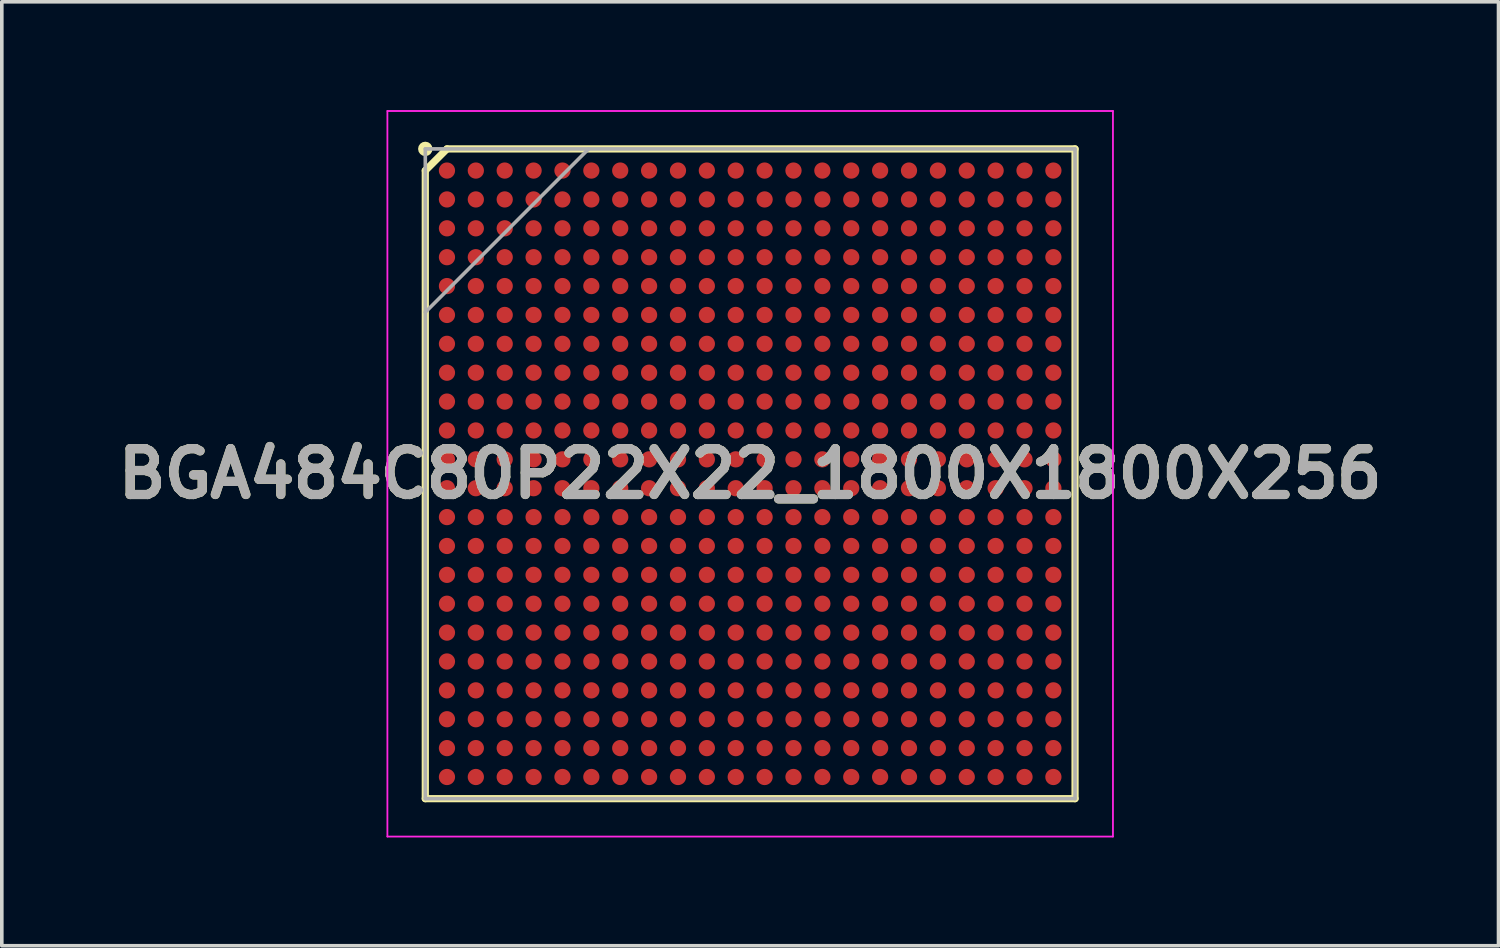
<source format=kicad_pcb>
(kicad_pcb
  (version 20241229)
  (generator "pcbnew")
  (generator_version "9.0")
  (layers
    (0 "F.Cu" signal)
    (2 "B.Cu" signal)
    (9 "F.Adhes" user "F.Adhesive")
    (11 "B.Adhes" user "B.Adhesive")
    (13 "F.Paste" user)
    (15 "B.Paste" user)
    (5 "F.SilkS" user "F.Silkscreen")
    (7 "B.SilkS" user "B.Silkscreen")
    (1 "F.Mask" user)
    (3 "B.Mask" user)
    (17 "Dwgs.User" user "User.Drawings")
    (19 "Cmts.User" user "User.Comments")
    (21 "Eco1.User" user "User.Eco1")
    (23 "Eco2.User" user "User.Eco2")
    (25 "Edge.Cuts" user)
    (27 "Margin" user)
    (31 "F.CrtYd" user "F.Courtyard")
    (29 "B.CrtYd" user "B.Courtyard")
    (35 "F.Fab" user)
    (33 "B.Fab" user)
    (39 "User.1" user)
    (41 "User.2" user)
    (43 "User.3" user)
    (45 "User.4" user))
  (footprint "BGA484C80P22X22_1800X1800X256"
    (layer "F.Cu")
    (at 17.732 10.075)
    (property "Reference" "BGA484C80P22X22_1800X1800X256" (at 0 0 0) (layer "F.SilkS") (effects (font (size 1.27 1.27) (thickness 0.254))))
    (attr smd)
    (fp_line (start -9 -8.4) (end -8.4 -9) (stroke (width 0.2) (type solid)) (layer "F.SilkS"))
    (fp_line (start -9 9) (end -9 -8.4) (stroke (width 0.2) (type solid)) (layer "F.SilkS"))
    (fp_line (start -8.4 -9) (end 9 -9) (stroke (width 0.2) (type solid)) (layer "F.SilkS"))
    (fp_line (start 9 -9) (end 9 9) (stroke (width 0.2) (type solid)) (layer "F.SilkS"))
    (fp_line (start 9 9) (end -9 9) (stroke (width 0.2) (type solid)) (layer "F.SilkS"))
    (fp_circle (center -9 -9) (end -9 -8.9) (stroke (width 0.2) (type solid)) (fill no) (layer "F.SilkS"))
    (fp_line (start -10.05 -10.05) (end 10.05 -10.05) (stroke (width 0.05) (type solid)) (layer "F.CrtYd"))
    (fp_line (start -10.05 10.05) (end -10.05 -10.05) (stroke (width 0.05) (type solid)) (layer "F.CrtYd"))
    (fp_line (start 10.05 -10.05) (end 10.05 10.05) (stroke (width 0.05) (type solid)) (layer "F.CrtYd"))
    (fp_line (start 10.05 10.05) (end -10.05 10.05) (stroke (width 0.05) (type solid)) (layer "F.CrtYd"))
    (fp_line (start -9 -9) (end 9 -9) (stroke (width 0.1) (type solid)) (layer "F.Fab"))
    (fp_line (start -9 -4.475) (end -4.475 -9) (stroke (width 0.1) (type solid)) (layer "F.Fab"))
    (fp_line (start -9 9) (end -9 -9) (stroke (width 0.1) (type solid)) (layer "F.Fab"))
    (fp_line (start 9 -9) (end 9 9) (stroke (width 0.1) (type solid)) (layer "F.Fab"))
    (fp_line (start 9 9) (end -9 9) (stroke (width 0.1) (type solid)) (layer "F.Fab"))
    (fp_text user "${REFERENCE}" (at 0 0 0) (layer "F.Fab") (effects (font (size 1.27 1.27) (thickness 0.254))))
    (pad "A1" smd circle (at -8.4 -8.4 90) (size 0.45 0.45) (layers "F.Cu" "F.Mask" "F.Paste"))
    (pad "A2" smd circle (at -7.6 -8.4 90) (size 0.45 0.45) (layers "F.Cu" "F.Mask" "F.Paste"))
    (pad "A3" smd circle (at -6.8 -8.4 90) (size 0.45 0.45) (layers "F.Cu" "F.Mask" "F.Paste"))
    (pad "A4" smd circle (at -6 -8.4 90) (size 0.45 0.45) (layers "F.Cu" "F.Mask" "F.Paste"))
    (pad "A5" smd circle (at -5.2 -8.4 90) (size 0.45 0.45) (layers "F.Cu" "F.Mask" "F.Paste"))
    (pad "A6" smd circle (at -4.4 -8.4 90) (size 0.45 0.45) (layers "F.Cu" "F.Mask" "F.Paste"))
    (pad "A7" smd circle (at -3.6 -8.4 90) (size 0.45 0.45) (layers "F.Cu" "F.Mask" "F.Paste"))
    (pad "A8" smd circle (at -2.8 -8.4 90) (size 0.45 0.45) (layers "F.Cu" "F.Mask" "F.Paste"))
    (pad "A9" smd circle (at -2 -8.4 90) (size 0.45 0.45) (layers "F.Cu" "F.Mask" "F.Paste"))
    (pad "A10" smd circle (at -1.2 -8.4 90) (size 0.45 0.45) (layers "F.Cu" "F.Mask" "F.Paste"))
    (pad "A11" smd circle (at -0.4 -8.4 90) (size 0.45 0.45) (layers "F.Cu" "F.Mask" "F.Paste"))
    (pad "A12" smd circle (at 0.4 -8.4 90) (size 0.45 0.45) (layers "F.Cu" "F.Mask" "F.Paste"))
    (pad "A13" smd circle (at 1.2 -8.4 90) (size 0.45 0.45) (layers "F.Cu" "F.Mask" "F.Paste"))
    (pad "A14" smd circle (at 2 -8.4 90) (size 0.45 0.45) (layers "F.Cu" "F.Mask" "F.Paste"))
    (pad "A15" smd circle (at 2.8 -8.4 90) (size 0.45 0.45) (layers "F.Cu" "F.Mask" "F.Paste"))
    (pad "A16" smd circle (at 3.6 -8.4 90) (size 0.45 0.45) (layers "F.Cu" "F.Mask" "F.Paste"))
    (pad "A17" smd circle (at 4.4 -8.4 90) (size 0.45 0.45) (layers "F.Cu" "F.Mask" "F.Paste"))
    (pad "A18" smd circle (at 5.2 -8.4 90) (size 0.45 0.45) (layers "F.Cu" "F.Mask" "F.Paste"))
    (pad "A19" smd circle (at 6 -8.4 90) (size 0.45 0.45) (layers "F.Cu" "F.Mask" "F.Paste"))
    (pad "A20" smd circle (at 6.8 -8.4 90) (size 0.45 0.45) (layers "F.Cu" "F.Mask" "F.Paste"))
    (pad "A21" smd circle (at 7.6 -8.4 90) (size 0.45 0.45) (layers "F.Cu" "F.Mask" "F.Paste"))
    (pad "A22" smd circle (at 8.4 -8.4 90) (size 0.45 0.45) (layers "F.Cu" "F.Mask" "F.Paste"))
    (pad "AA1" smd circle (at -8.4 7.6 90) (size 0.45 0.45) (layers "F.Cu" "F.Mask" "F.Paste"))
    (pad "AA2" smd circle (at -7.6 7.6 90) (size 0.45 0.45) (layers "F.Cu" "F.Mask" "F.Paste"))
    (pad "AA3" smd circle (at -6.8 7.6 90) (size 0.45 0.45) (layers "F.Cu" "F.Mask" "F.Paste"))
    (pad "AA4" smd circle (at -6 7.6 90) (size 0.45 0.45) (layers "F.Cu" "F.Mask" "F.Paste"))
    (pad "AA5" smd circle (at -5.2 7.6 90) (size 0.45 0.45) (layers "F.Cu" "F.Mask" "F.Paste"))
    (pad "AA6" smd circle (at -4.4 7.6 90) (size 0.45 0.45) (layers "F.Cu" "F.Mask" "F.Paste"))
    (pad "AA7" smd circle (at -3.6 7.6 90) (size 0.45 0.45) (layers "F.Cu" "F.Mask" "F.Paste"))
    (pad "AA8" smd circle (at -2.8 7.6 90) (size 0.45 0.45) (layers "F.Cu" "F.Mask" "F.Paste"))
    (pad "AA9" smd circle (at -2 7.6 90) (size 0.45 0.45) (layers "F.Cu" "F.Mask" "F.Paste"))
    (pad "AA10" smd circle (at -1.2 7.6 90) (size 0.45 0.45) (layers "F.Cu" "F.Mask" "F.Paste"))
    (pad "AA11" smd circle (at -0.4 7.6 90) (size 0.45 0.45) (layers "F.Cu" "F.Mask" "F.Paste"))
    (pad "AA12" smd circle (at 0.4 7.6 90) (size 0.45 0.45) (layers "F.Cu" "F.Mask" "F.Paste"))
    (pad "AA13" smd circle (at 1.2 7.6 90) (size 0.45 0.45) (layers "F.Cu" "F.Mask" "F.Paste"))
    (pad "AA14" smd circle (at 2 7.6 90) (size 0.45 0.45) (layers "F.Cu" "F.Mask" "F.Paste"))
    (pad "AA15" smd circle (at 2.8 7.6 90) (size 0.45 0.45) (layers "F.Cu" "F.Mask" "F.Paste"))
    (pad "AA16" smd circle (at 3.6 7.6 90) (size 0.45 0.45) (layers "F.Cu" "F.Mask" "F.Paste"))
    (pad "AA17" smd circle (at 4.4 7.6 90) (size 0.45 0.45) (layers "F.Cu" "F.Mask" "F.Paste"))
    (pad "AA18" smd circle (at 5.2 7.6 90) (size 0.45 0.45) (layers "F.Cu" "F.Mask" "F.Paste"))
    (pad "AA19" smd circle (at 6 7.6 90) (size 0.45 0.45) (layers "F.Cu" "F.Mask" "F.Paste"))
    (pad "AA20" smd circle (at 6.8 7.6 90) (size 0.45 0.45) (layers "F.Cu" "F.Mask" "F.Paste"))
    (pad "AA21" smd circle (at 7.6 7.6 90) (size 0.45 0.45) (layers "F.Cu" "F.Mask" "F.Paste"))
    (pad "AA22" smd circle (at 8.4 7.6 90) (size 0.45 0.45) (layers "F.Cu" "F.Mask" "F.Paste"))
    (pad "AB1" smd circle (at -8.4 8.4 90) (size 0.45 0.45) (layers "F.Cu" "F.Mask" "F.Paste"))
    (pad "AB2" smd circle (at -7.6 8.4 90) (size 0.45 0.45) (layers "F.Cu" "F.Mask" "F.Paste"))
    (pad "AB3" smd circle (at -6.8 8.4 90) (size 0.45 0.45) (layers "F.Cu" "F.Mask" "F.Paste"))
    (pad "AB4" smd circle (at -6 8.4 90) (size 0.45 0.45) (layers "F.Cu" "F.Mask" "F.Paste"))
    (pad "AB5" smd circle (at -5.2 8.4 90) (size 0.45 0.45) (layers "F.Cu" "F.Mask" "F.Paste"))
    (pad "AB6" smd circle (at -4.4 8.4 90) (size 0.45 0.45) (layers "F.Cu" "F.Mask" "F.Paste"))
    (pad "AB7" smd circle (at -3.6 8.4 90) (size 0.45 0.45) (layers "F.Cu" "F.Mask" "F.Paste"))
    (pad "AB8" smd circle (at -2.8 8.4 90) (size 0.45 0.45) (layers "F.Cu" "F.Mask" "F.Paste"))
    (pad "AB9" smd circle (at -2 8.4 90) (size 0.45 0.45) (layers "F.Cu" "F.Mask" "F.Paste"))
    (pad "AB10" smd circle (at -1.2 8.4 90) (size 0.45 0.45) (layers "F.Cu" "F.Mask" "F.Paste"))
    (pad "AB11" smd circle (at -0.4 8.4 90) (size 0.45 0.45) (layers "F.Cu" "F.Mask" "F.Paste"))
    (pad "AB12" smd circle (at 0.4 8.4 90) (size 0.45 0.45) (layers "F.Cu" "F.Mask" "F.Paste"))
    (pad "AB13" smd circle (at 1.2 8.4 90) (size 0.45 0.45) (layers "F.Cu" "F.Mask" "F.Paste"))
    (pad "AB14" smd circle (at 2 8.4 90) (size 0.45 0.45) (layers "F.Cu" "F.Mask" "F.Paste"))
    (pad "AB15" smd circle (at 2.8 8.4 90) (size 0.45 0.45) (layers "F.Cu" "F.Mask" "F.Paste"))
    (pad "AB16" smd circle (at 3.6 8.4 90) (size 0.45 0.45) (layers "F.Cu" "F.Mask" "F.Paste"))
    (pad "AB17" smd circle (at 4.4 8.4 90) (size 0.45 0.45) (layers "F.Cu" "F.Mask" "F.Paste"))
    (pad "AB18" smd circle (at 5.2 8.4 90) (size 0.45 0.45) (layers "F.Cu" "F.Mask" "F.Paste"))
    (pad "AB19" smd circle (at 6 8.4 90) (size 0.45 0.45) (layers "F.Cu" "F.Mask" "F.Paste"))
    (pad "AB20" smd circle (at 6.8 8.4 90) (size 0.45 0.45) (layers "F.Cu" "F.Mask" "F.Paste"))
    (pad "AB21" smd circle (at 7.6 8.4 90) (size 0.45 0.45) (layers "F.Cu" "F.Mask" "F.Paste"))
    (pad "AB22" smd circle (at 8.4 8.4 90) (size 0.45 0.45) (layers "F.Cu" "F.Mask" "F.Paste"))
    (pad "B1" smd circle (at -8.4 -7.6 90) (size 0.45 0.45) (layers "F.Cu" "F.Mask" "F.Paste"))
    (pad "B2" smd circle (at -7.6 -7.6 90) (size 0.45 0.45) (layers "F.Cu" "F.Mask" "F.Paste"))
    (pad "B3" smd circle (at -6.8 -7.6 90) (size 0.45 0.45) (layers "F.Cu" "F.Mask" "F.Paste"))
    (pad "B4" smd circle (at -6 -7.6 90) (size 0.45 0.45) (layers "F.Cu" "F.Mask" "F.Paste"))
    (pad "B5" smd circle (at -5.2 -7.6 90) (size 0.45 0.45) (layers "F.Cu" "F.Mask" "F.Paste"))
    (pad "B6" smd circle (at -4.4 -7.6 90) (size 0.45 0.45) (layers "F.Cu" "F.Mask" "F.Paste"))
    (pad "B7" smd circle (at -3.6 -7.6 90) (size 0.45 0.45) (layers "F.Cu" "F.Mask" "F.Paste"))
    (pad "B8" smd circle (at -2.8 -7.6 90) (size 0.45 0.45) (layers "F.Cu" "F.Mask" "F.Paste"))
    (pad "B9" smd circle (at -2 -7.6 90) (size 0.45 0.45) (layers "F.Cu" "F.Mask" "F.Paste"))
    (pad "B10" smd circle (at -1.2 -7.6 90) (size 0.45 0.45) (layers "F.Cu" "F.Mask" "F.Paste"))
    (pad "B11" smd circle (at -0.4 -7.6 90) (size 0.45 0.45) (layers "F.Cu" "F.Mask" "F.Paste"))
    (pad "B12" smd circle (at 0.4 -7.6 90) (size 0.45 0.45) (layers "F.Cu" "F.Mask" "F.Paste"))
    (pad "B13" smd circle (at 1.2 -7.6 90) (size 0.45 0.45) (layers "F.Cu" "F.Mask" "F.Paste"))
    (pad "B14" smd circle (at 2 -7.6 90) (size 0.45 0.45) (layers "F.Cu" "F.Mask" "F.Paste"))
    (pad "B15" smd circle (at 2.8 -7.6 90) (size 0.45 0.45) (layers "F.Cu" "F.Mask" "F.Paste"))
    (pad "B16" smd circle (at 3.6 -7.6 90) (size 0.45 0.45) (layers "F.Cu" "F.Mask" "F.Paste"))
    (pad "B17" smd circle (at 4.4 -7.6 90) (size 0.45 0.45) (layers "F.Cu" "F.Mask" "F.Paste"))
    (pad "B18" smd circle (at 5.2 -7.6 90) (size 0.45 0.45) (layers "F.Cu" "F.Mask" "F.Paste"))
    (pad "B19" smd circle (at 6 -7.6 90) (size 0.45 0.45) (layers "F.Cu" "F.Mask" "F.Paste"))
    (pad "B20" smd circle (at 6.8 -7.6 90) (size 0.45 0.45) (layers "F.Cu" "F.Mask" "F.Paste"))
    (pad "B21" smd circle (at 7.6 -7.6 90) (size 0.45 0.45) (layers "F.Cu" "F.Mask" "F.Paste"))
    (pad "B22" smd circle (at 8.4 -7.6 90) (size 0.45 0.45) (layers "F.Cu" "F.Mask" "F.Paste"))
    (pad "C1" smd circle (at -8.4 -6.8 90) (size 0.45 0.45) (layers "F.Cu" "F.Mask" "F.Paste"))
    (pad "C2" smd circle (at -7.6 -6.8 90) (size 0.45 0.45) (layers "F.Cu" "F.Mask" "F.Paste"))
    (pad "C3" smd circle (at -6.8 -6.8 90) (size 0.45 0.45) (layers "F.Cu" "F.Mask" "F.Paste"))
    (pad "C4" smd circle (at -6 -6.8 90) (size 0.45 0.45) (layers "F.Cu" "F.Mask" "F.Paste"))
    (pad "C5" smd circle (at -5.2 -6.8 90) (size 0.45 0.45) (layers "F.Cu" "F.Mask" "F.Paste"))
    (pad "C6" smd circle (at -4.4 -6.8 90) (size 0.45 0.45) (layers "F.Cu" "F.Mask" "F.Paste"))
    (pad "C7" smd circle (at -3.6 -6.8 90) (size 0.45 0.45) (layers "F.Cu" "F.Mask" "F.Paste"))
    (pad "C8" smd circle (at -2.8 -6.8 90) (size 0.45 0.45) (layers "F.Cu" "F.Mask" "F.Paste"))
    (pad "C9" smd circle (at -2 -6.8 90) (size 0.45 0.45) (layers "F.Cu" "F.Mask" "F.Paste"))
    (pad "C10" smd circle (at -1.2 -6.8 90) (size 0.45 0.45) (layers "F.Cu" "F.Mask" "F.Paste"))
    (pad "C11" smd circle (at -0.4 -6.8 90) (size 0.45 0.45) (layers "F.Cu" "F.Mask" "F.Paste"))
    (pad "C12" smd circle (at 0.4 -6.8 90) (size 0.45 0.45) (layers "F.Cu" "F.Mask" "F.Paste"))
    (pad "C13" smd circle (at 1.2 -6.8 90) (size 0.45 0.45) (layers "F.Cu" "F.Mask" "F.Paste"))
    (pad "C14" smd circle (at 2 -6.8 90) (size 0.45 0.45) (layers "F.Cu" "F.Mask" "F.Paste"))
    (pad "C15" smd circle (at 2.8 -6.8 90) (size 0.45 0.45) (layers "F.Cu" "F.Mask" "F.Paste"))
    (pad "C16" smd circle (at 3.6 -6.8 90) (size 0.45 0.45) (layers "F.Cu" "F.Mask" "F.Paste"))
    (pad "C17" smd circle (at 4.4 -6.8 90) (size 0.45 0.45) (layers "F.Cu" "F.Mask" "F.Paste"))
    (pad "C18" smd circle (at 5.2 -6.8 90) (size 0.45 0.45) (layers "F.Cu" "F.Mask" "F.Paste"))
    (pad "C19" smd circle (at 6 -6.8 90) (size 0.45 0.45) (layers "F.Cu" "F.Mask" "F.Paste"))
    (pad "C20" smd circle (at 6.8 -6.8 90) (size 0.45 0.45) (layers "F.Cu" "F.Mask" "F.Paste"))
    (pad "C21" smd circle (at 7.6 -6.8 90) (size 0.45 0.45) (layers "F.Cu" "F.Mask" "F.Paste"))
    (pad "C22" smd circle (at 8.4 -6.8 90) (size 0.45 0.45) (layers "F.Cu" "F.Mask" "F.Paste"))
    (pad "D1" smd circle (at -8.4 -6 90) (size 0.45 0.45) (layers "F.Cu" "F.Mask" "F.Paste"))
    (pad "D2" smd circle (at -7.6 -6 90) (size 0.45 0.45) (layers "F.Cu" "F.Mask" "F.Paste"))
    (pad "D3" smd circle (at -6.8 -6 90) (size 0.45 0.45) (layers "F.Cu" "F.Mask" "F.Paste"))
    (pad "D4" smd circle (at -6 -6 90) (size 0.45 0.45) (layers "F.Cu" "F.Mask" "F.Paste"))
    (pad "D5" smd circle (at -5.2 -6 90) (size 0.45 0.45) (layers "F.Cu" "F.Mask" "F.Paste"))
    (pad "D6" smd circle (at -4.4 -6 90) (size 0.45 0.45) (layers "F.Cu" "F.Mask" "F.Paste"))
    (pad "D7" smd circle (at -3.6 -6 90) (size 0.45 0.45) (layers "F.Cu" "F.Mask" "F.Paste"))
    (pad "D8" smd circle (at -2.8 -6 90) (size 0.45 0.45) (layers "F.Cu" "F.Mask" "F.Paste"))
    (pad "D9" smd circle (at -2 -6 90) (size 0.45 0.45) (layers "F.Cu" "F.Mask" "F.Paste"))
    (pad "D10" smd circle (at -1.2 -6 90) (size 0.45 0.45) (layers "F.Cu" "F.Mask" "F.Paste"))
    (pad "D11" smd circle (at -0.4 -6 90) (size 0.45 0.45) (layers "F.Cu" "F.Mask" "F.Paste"))
    (pad "D12" smd circle (at 0.4 -6 90) (size 0.45 0.45) (layers "F.Cu" "F.Mask" "F.Paste"))
    (pad "D13" smd circle (at 1.2 -6 90) (size 0.45 0.45) (layers "F.Cu" "F.Mask" "F.Paste"))
    (pad "D14" smd circle (at 2 -6 90) (size 0.45 0.45) (layers "F.Cu" "F.Mask" "F.Paste"))
    (pad "D15" smd circle (at 2.8 -6 90) (size 0.45 0.45) (layers "F.Cu" "F.Mask" "F.Paste"))
    (pad "D16" smd circle (at 3.6 -6 90) (size 0.45 0.45) (layers "F.Cu" "F.Mask" "F.Paste"))
    (pad "D17" smd circle (at 4.4 -6 90) (size 0.45 0.45) (layers "F.Cu" "F.Mask" "F.Paste"))
    (pad "D18" smd circle (at 5.2 -6 90) (size 0.45 0.45) (layers "F.Cu" "F.Mask" "F.Paste"))
    (pad "D19" smd circle (at 6 -6 90) (size 0.45 0.45) (layers "F.Cu" "F.Mask" "F.Paste"))
    (pad "D20" smd circle (at 6.8 -6 90) (size 0.45 0.45) (layers "F.Cu" "F.Mask" "F.Paste"))
    (pad "D21" smd circle (at 7.6 -6 90) (size 0.45 0.45) (layers "F.Cu" "F.Mask" "F.Paste"))
    (pad "D22" smd circle (at 8.4 -6 90) (size 0.45 0.45) (layers "F.Cu" "F.Mask" "F.Paste"))
    (pad "E1" smd circle (at -8.4 -5.2 90) (size 0.45 0.45) (layers "F.Cu" "F.Mask" "F.Paste"))
    (pad "E2" smd circle (at -7.6 -5.2 90) (size 0.45 0.45) (layers "F.Cu" "F.Mask" "F.Paste"))
    (pad "E3" smd circle (at -6.8 -5.2 90) (size 0.45 0.45) (layers "F.Cu" "F.Mask" "F.Paste"))
    (pad "E4" smd circle (at -6 -5.2 90) (size 0.45 0.45) (layers "F.Cu" "F.Mask" "F.Paste"))
    (pad "E5" smd circle (at -5.2 -5.2 90) (size 0.45 0.45) (layers "F.Cu" "F.Mask" "F.Paste"))
    (pad "E6" smd circle (at -4.4 -5.2 90) (size 0.45 0.45) (layers "F.Cu" "F.Mask" "F.Paste"))
    (pad "E7" smd circle (at -3.6 -5.2 90) (size 0.45 0.45) (layers "F.Cu" "F.Mask" "F.Paste"))
    (pad "E8" smd circle (at -2.8 -5.2 90) (size 0.45 0.45) (layers "F.Cu" "F.Mask" "F.Paste"))
    (pad "E9" smd circle (at -2 -5.2 90) (size 0.45 0.45) (layers "F.Cu" "F.Mask" "F.Paste"))
    (pad "E10" smd circle (at -1.2 -5.2 90) (size 0.45 0.45) (layers "F.Cu" "F.Mask" "F.Paste"))
    (pad "E11" smd circle (at -0.4 -5.2 90) (size 0.45 0.45) (layers "F.Cu" "F.Mask" "F.Paste"))
    (pad "E12" smd circle (at 0.4 -5.2 90) (size 0.45 0.45) (layers "F.Cu" "F.Mask" "F.Paste"))
    (pad "E13" smd circle (at 1.2 -5.2 90) (size 0.45 0.45) (layers "F.Cu" "F.Mask" "F.Paste"))
    (pad "E14" smd circle (at 2 -5.2 90) (size 0.45 0.45) (layers "F.Cu" "F.Mask" "F.Paste"))
    (pad "E15" smd circle (at 2.8 -5.2 90) (size 0.45 0.45) (layers "F.Cu" "F.Mask" "F.Paste"))
    (pad "E16" smd circle (at 3.6 -5.2 90) (size 0.45 0.45) (layers "F.Cu" "F.Mask" "F.Paste"))
    (pad "E17" smd circle (at 4.4 -5.2 90) (size 0.45 0.45) (layers "F.Cu" "F.Mask" "F.Paste"))
    (pad "E18" smd circle (at 5.2 -5.2 90) (size 0.45 0.45) (layers "F.Cu" "F.Mask" "F.Paste"))
    (pad "E19" smd circle (at 6 -5.2 90) (size 0.45 0.45) (layers "F.Cu" "F.Mask" "F.Paste"))
    (pad "E20" smd circle (at 6.8 -5.2 90) (size 0.45 0.45) (layers "F.Cu" "F.Mask" "F.Paste"))
    (pad "E21" smd circle (at 7.6 -5.2 90) (size 0.45 0.45) (layers "F.Cu" "F.Mask" "F.Paste"))
    (pad "E22" smd circle (at 8.4 -5.2 90) (size 0.45 0.45) (layers "F.Cu" "F.Mask" "F.Paste"))
    (pad "F1" smd circle (at -8.4 -4.4 90) (size 0.45 0.45) (layers "F.Cu" "F.Mask" "F.Paste"))
    (pad "F2" smd circle (at -7.6 -4.4 90) (size 0.45 0.45) (layers "F.Cu" "F.Mask" "F.Paste"))
    (pad "F3" smd circle (at -6.8 -4.4 90) (size 0.45 0.45) (layers "F.Cu" "F.Mask" "F.Paste"))
    (pad "F4" smd circle (at -6 -4.4 90) (size 0.45 0.45) (layers "F.Cu" "F.Mask" "F.Paste"))
    (pad "F5" smd circle (at -5.2 -4.4 90) (size 0.45 0.45) (layers "F.Cu" "F.Mask" "F.Paste"))
    (pad "F6" smd circle (at -4.4 -4.4 90) (size 0.45 0.45) (layers "F.Cu" "F.Mask" "F.Paste"))
    (pad "F7" smd circle (at -3.6 -4.4 90) (size 0.45 0.45) (layers "F.Cu" "F.Mask" "F.Paste"))
    (pad "F8" smd circle (at -2.8 -4.4 90) (size 0.45 0.45) (layers "F.Cu" "F.Mask" "F.Paste"))
    (pad "F9" smd circle (at -2 -4.4 90) (size 0.45 0.45) (layers "F.Cu" "F.Mask" "F.Paste"))
    (pad "F10" smd circle (at -1.2 -4.4 90) (size 0.45 0.45) (layers "F.Cu" "F.Mask" "F.Paste"))
    (pad "F11" smd circle (at -0.4 -4.4 90) (size 0.45 0.45) (layers "F.Cu" "F.Mask" "F.Paste"))
    (pad "F12" smd circle (at 0.4 -4.4 90) (size 0.45 0.45) (layers "F.Cu" "F.Mask" "F.Paste"))
    (pad "F13" smd circle (at 1.2 -4.4 90) (size 0.45 0.45) (layers "F.Cu" "F.Mask" "F.Paste"))
    (pad "F14" smd circle (at 2 -4.4 90) (size 0.45 0.45) (layers "F.Cu" "F.Mask" "F.Paste"))
    (pad "F15" smd circle (at 2.8 -4.4 90) (size 0.45 0.45) (layers "F.Cu" "F.Mask" "F.Paste"))
    (pad "F16" smd circle (at 3.6 -4.4 90) (size 0.45 0.45) (layers "F.Cu" "F.Mask" "F.Paste"))
    (pad "F17" smd circle (at 4.4 -4.4 90) (size 0.45 0.45) (layers "F.Cu" "F.Mask" "F.Paste"))
    (pad "F18" smd circle (at 5.2 -4.4 90) (size 0.45 0.45) (layers "F.Cu" "F.Mask" "F.Paste"))
    (pad "F19" smd circle (at 6 -4.4 90) (size 0.45 0.45) (layers "F.Cu" "F.Mask" "F.Paste"))
    (pad "F20" smd circle (at 6.8 -4.4 90) (size 0.45 0.45) (layers "F.Cu" "F.Mask" "F.Paste"))
    (pad "F21" smd circle (at 7.6 -4.4 90) (size 0.45 0.45) (layers "F.Cu" "F.Mask" "F.Paste"))
    (pad "F22" smd circle (at 8.4 -4.4 90) (size 0.45 0.45) (layers "F.Cu" "F.Mask" "F.Paste"))
    (pad "G1" smd circle (at -8.4 -3.6 90) (size 0.45 0.45) (layers "F.Cu" "F.Mask" "F.Paste"))
    (pad "G2" smd circle (at -7.6 -3.6 90) (size 0.45 0.45) (layers "F.Cu" "F.Mask" "F.Paste"))
    (pad "G3" smd circle (at -6.8 -3.6 90) (size 0.45 0.45) (layers "F.Cu" "F.Mask" "F.Paste"))
    (pad "G4" smd circle (at -6 -3.6 90) (size 0.45 0.45) (layers "F.Cu" "F.Mask" "F.Paste"))
    (pad "G5" smd circle (at -5.2 -3.6 90) (size 0.45 0.45) (layers "F.Cu" "F.Mask" "F.Paste"))
    (pad "G6" smd circle (at -4.4 -3.6 90) (size 0.45 0.45) (layers "F.Cu" "F.Mask" "F.Paste"))
    (pad "G7" smd circle (at -3.6 -3.6 90) (size 0.45 0.45) (layers "F.Cu" "F.Mask" "F.Paste"))
    (pad "G8" smd circle (at -2.8 -3.6 90) (size 0.45 0.45) (layers "F.Cu" "F.Mask" "F.Paste"))
    (pad "G9" smd circle (at -2 -3.6 90) (size 0.45 0.45) (layers "F.Cu" "F.Mask" "F.Paste"))
    (pad "G10" smd circle (at -1.2 -3.6 90) (size 0.45 0.45) (layers "F.Cu" "F.Mask" "F.Paste"))
    (pad "G11" smd circle (at -0.4 -3.6 90) (size 0.45 0.45) (layers "F.Cu" "F.Mask" "F.Paste"))
    (pad "G12" smd circle (at 0.4 -3.6 90) (size 0.45 0.45) (layers "F.Cu" "F.Mask" "F.Paste"))
    (pad "G13" smd circle (at 1.2 -3.6 90) (size 0.45 0.45) (layers "F.Cu" "F.Mask" "F.Paste"))
    (pad "G14" smd circle (at 2 -3.6 90) (size 0.45 0.45) (layers "F.Cu" "F.Mask" "F.Paste"))
    (pad "G15" smd circle (at 2.8 -3.6 90) (size 0.45 0.45) (layers "F.Cu" "F.Mask" "F.Paste"))
    (pad "G16" smd circle (at 3.6 -3.6 90) (size 0.45 0.45) (layers "F.Cu" "F.Mask" "F.Paste"))
    (pad "G17" smd circle (at 4.4 -3.6 90) (size 0.45 0.45) (layers "F.Cu" "F.Mask" "F.Paste"))
    (pad "G18" smd circle (at 5.2 -3.6 90) (size 0.45 0.45) (layers "F.Cu" "F.Mask" "F.Paste"))
    (pad "G19" smd circle (at 6 -3.6 90) (size 0.45 0.45) (layers "F.Cu" "F.Mask" "F.Paste"))
    (pad "G20" smd circle (at 6.8 -3.6 90) (size 0.45 0.45) (layers "F.Cu" "F.Mask" "F.Paste"))
    (pad "G21" smd circle (at 7.6 -3.6 90) (size 0.45 0.45) (layers "F.Cu" "F.Mask" "F.Paste"))
    (pad "G22" smd circle (at 8.4 -3.6 90) (size 0.45 0.45) (layers "F.Cu" "F.Mask" "F.Paste"))
    (pad "H1" smd circle (at -8.4 -2.8 90) (size 0.45 0.45) (layers "F.Cu" "F.Mask" "F.Paste"))
    (pad "H2" smd circle (at -7.6 -2.8 90) (size 0.45 0.45) (layers "F.Cu" "F.Mask" "F.Paste"))
    (pad "H3" smd circle (at -6.8 -2.8 90) (size 0.45 0.45) (layers "F.Cu" "F.Mask" "F.Paste"))
    (pad "H4" smd circle (at -6 -2.8 90) (size 0.45 0.45) (layers "F.Cu" "F.Mask" "F.Paste"))
    (pad "H5" smd circle (at -5.2 -2.8 90) (size 0.45 0.45) (layers "F.Cu" "F.Mask" "F.Paste"))
    (pad "H6" smd circle (at -4.4 -2.8 90) (size 0.45 0.45) (layers "F.Cu" "F.Mask" "F.Paste"))
    (pad "H7" smd circle (at -3.6 -2.8 90) (size 0.45 0.45) (layers "F.Cu" "F.Mask" "F.Paste"))
    (pad "H8" smd circle (at -2.8 -2.8 90) (size 0.45 0.45) (layers "F.Cu" "F.Mask" "F.Paste"))
    (pad "H9" smd circle (at -2 -2.8 90) (size 0.45 0.45) (layers "F.Cu" "F.Mask" "F.Paste"))
    (pad "H10" smd circle (at -1.2 -2.8 90) (size 0.45 0.45) (layers "F.Cu" "F.Mask" "F.Paste"))
    (pad "H11" smd circle (at -0.4 -2.8 90) (size 0.45 0.45) (layers "F.Cu" "F.Mask" "F.Paste"))
    (pad "H12" smd circle (at 0.4 -2.8 90) (size 0.45 0.45) (layers "F.Cu" "F.Mask" "F.Paste"))
    (pad "H13" smd circle (at 1.2 -2.8 90) (size 0.45 0.45) (layers "F.Cu" "F.Mask" "F.Paste"))
    (pad "H14" smd circle (at 2 -2.8 90) (size 0.45 0.45) (layers "F.Cu" "F.Mask" "F.Paste"))
    (pad "H15" smd circle (at 2.8 -2.8 90) (size 0.45 0.45) (layers "F.Cu" "F.Mask" "F.Paste"))
    (pad "H16" smd circle (at 3.6 -2.8 90) (size 0.45 0.45) (layers "F.Cu" "F.Mask" "F.Paste"))
    (pad "H17" smd circle (at 4.4 -2.8 90) (size 0.45 0.45) (layers "F.Cu" "F.Mask" "F.Paste"))
    (pad "H18" smd circle (at 5.2 -2.8 90) (size 0.45 0.45) (layers "F.Cu" "F.Mask" "F.Paste"))
    (pad "H19" smd circle (at 6 -2.8 90) (size 0.45 0.45) (layers "F.Cu" "F.Mask" "F.Paste"))
    (pad "H20" smd circle (at 6.8 -2.8 90) (size 0.45 0.45) (layers "F.Cu" "F.Mask" "F.Paste"))
    (pad "H21" smd circle (at 7.6 -2.8 90) (size 0.45 0.45) (layers "F.Cu" "F.Mask" "F.Paste"))
    (pad "H22" smd circle (at 8.4 -2.8 90) (size 0.45 0.45) (layers "F.Cu" "F.Mask" "F.Paste"))
    (pad "J1" smd circle (at -8.4 -2 90) (size 0.45 0.45) (layers "F.Cu" "F.Mask" "F.Paste"))
    (pad "J2" smd circle (at -7.6 -2 90) (size 0.45 0.45) (layers "F.Cu" "F.Mask" "F.Paste"))
    (pad "J3" smd circle (at -6.8 -2 90) (size 0.45 0.45) (layers "F.Cu" "F.Mask" "F.Paste"))
    (pad "J4" smd circle (at -6 -2 90) (size 0.45 0.45) (layers "F.Cu" "F.Mask" "F.Paste"))
    (pad "J5" smd circle (at -5.2 -2 90) (size 0.45 0.45) (layers "F.Cu" "F.Mask" "F.Paste"))
    (pad "J6" smd circle (at -4.4 -2 90) (size 0.45 0.45) (layers "F.Cu" "F.Mask" "F.Paste"))
    (pad "J7" smd circle (at -3.6 -2 90) (size 0.45 0.45) (layers "F.Cu" "F.Mask" "F.Paste"))
    (pad "J8" smd circle (at -2.8 -2 90) (size 0.45 0.45) (layers "F.Cu" "F.Mask" "F.Paste"))
    (pad "J9" smd circle (at -2 -2 90) (size 0.45 0.45) (layers "F.Cu" "F.Mask" "F.Paste"))
    (pad "J10" smd circle (at -1.2 -2 90) (size 0.45 0.45) (layers "F.Cu" "F.Mask" "F.Paste"))
    (pad "J11" smd circle (at -0.4 -2 90) (size 0.45 0.45) (layers "F.Cu" "F.Mask" "F.Paste"))
    (pad "J12" smd circle (at 0.4 -2 90) (size 0.45 0.45) (layers "F.Cu" "F.Mask" "F.Paste"))
    (pad "J13" smd circle (at 1.2 -2 90) (size 0.45 0.45) (layers "F.Cu" "F.Mask" "F.Paste"))
    (pad "J14" smd circle (at 2 -2 90) (size 0.45 0.45) (layers "F.Cu" "F.Mask" "F.Paste"))
    (pad "J15" smd circle (at 2.8 -2 90) (size 0.45 0.45) (layers "F.Cu" "F.Mask" "F.Paste"))
    (pad "J16" smd circle (at 3.6 -2 90) (size 0.45 0.45) (layers "F.Cu" "F.Mask" "F.Paste"))
    (pad "J17" smd circle (at 4.4 -2 90) (size 0.45 0.45) (layers "F.Cu" "F.Mask" "F.Paste"))
    (pad "J18" smd circle (at 5.2 -2 90) (size 0.45 0.45) (layers "F.Cu" "F.Mask" "F.Paste"))
    (pad "J19" smd circle (at 6 -2 90) (size 0.45 0.45) (layers "F.Cu" "F.Mask" "F.Paste"))
    (pad "J20" smd circle (at 6.8 -2 90) (size 0.45 0.45) (layers "F.Cu" "F.Mask" "F.Paste"))
    (pad "J21" smd circle (at 7.6 -2 90) (size 0.45 0.45) (layers "F.Cu" "F.Mask" "F.Paste"))
    (pad "J22" smd circle (at 8.4 -2 90) (size 0.45 0.45) (layers "F.Cu" "F.Mask" "F.Paste"))
    (pad "K1" smd circle (at -8.4 -1.2 90) (size 0.45 0.45) (layers "F.Cu" "F.Mask" "F.Paste"))
    (pad "K2" smd circle (at -7.6 -1.2 90) (size 0.45 0.45) (layers "F.Cu" "F.Mask" "F.Paste"))
    (pad "K3" smd circle (at -6.8 -1.2 90) (size 0.45 0.45) (layers "F.Cu" "F.Mask" "F.Paste"))
    (pad "K4" smd circle (at -6 -1.2 90) (size 0.45 0.45) (layers "F.Cu" "F.Mask" "F.Paste"))
    (pad "K5" smd circle (at -5.2 -1.2 90) (size 0.45 0.45) (layers "F.Cu" "F.Mask" "F.Paste"))
    (pad "K6" smd circle (at -4.4 -1.2 90) (size 0.45 0.45) (layers "F.Cu" "F.Mask" "F.Paste"))
    (pad "K7" smd circle (at -3.6 -1.2 90) (size 0.45 0.45) (layers "F.Cu" "F.Mask" "F.Paste"))
    (pad "K8" smd circle (at -2.8 -1.2 90) (size 0.45 0.45) (layers "F.Cu" "F.Mask" "F.Paste"))
    (pad "K9" smd circle (at -2 -1.2 90) (size 0.45 0.45) (layers "F.Cu" "F.Mask" "F.Paste"))
    (pad "K10" smd circle (at -1.2 -1.2 90) (size 0.45 0.45) (layers "F.Cu" "F.Mask" "F.Paste"))
    (pad "K11" smd circle (at -0.4 -1.2 90) (size 0.45 0.45) (layers "F.Cu" "F.Mask" "F.Paste"))
    (pad "K12" smd circle (at 0.4 -1.2 90) (size 0.45 0.45) (layers "F.Cu" "F.Mask" "F.Paste"))
    (pad "K13" smd circle (at 1.2 -1.2 90) (size 0.45 0.45) (layers "F.Cu" "F.Mask" "F.Paste"))
    (pad "K14" smd circle (at 2 -1.2 90) (size 0.45 0.45) (layers "F.Cu" "F.Mask" "F.Paste"))
    (pad "K15" smd circle (at 2.8 -1.2 90) (size 0.45 0.45) (layers "F.Cu" "F.Mask" "F.Paste"))
    (pad "K16" smd circle (at 3.6 -1.2 90) (size 0.45 0.45) (layers "F.Cu" "F.Mask" "F.Paste"))
    (pad "K17" smd circle (at 4.4 -1.2 90) (size 0.45 0.45) (layers "F.Cu" "F.Mask" "F.Paste"))
    (pad "K18" smd circle (at 5.2 -1.2 90) (size 0.45 0.45) (layers "F.Cu" "F.Mask" "F.Paste"))
    (pad "K19" smd circle (at 6 -1.2 90) (size 0.45 0.45) (layers "F.Cu" "F.Mask" "F.Paste"))
    (pad "K20" smd circle (at 6.8 -1.2 90) (size 0.45 0.45) (layers "F.Cu" "F.Mask" "F.Paste"))
    (pad "K21" smd circle (at 7.6 -1.2 90) (size 0.45 0.45) (layers "F.Cu" "F.Mask" "F.Paste"))
    (pad "K22" smd circle (at 8.4 -1.2 90) (size 0.45 0.45) (layers "F.Cu" "F.Mask" "F.Paste"))
    (pad "L1" smd circle (at -8.4 -0.4 90) (size 0.45 0.45) (layers "F.Cu" "F.Mask" "F.Paste"))
    (pad "L2" smd circle (at -7.6 -0.4 90) (size 0.45 0.45) (layers "F.Cu" "F.Mask" "F.Paste"))
    (pad "L3" smd circle (at -6.8 -0.4 90) (size 0.45 0.45) (layers "F.Cu" "F.Mask" "F.Paste"))
    (pad "L4" smd circle (at -6 -0.4 90) (size 0.45 0.45) (layers "F.Cu" "F.Mask" "F.Paste"))
    (pad "L5" smd circle (at -5.2 -0.4 90) (size 0.45 0.45) (layers "F.Cu" "F.Mask" "F.Paste"))
    (pad "L6" smd circle (at -4.4 -0.4 90) (size 0.45 0.45) (layers "F.Cu" "F.Mask" "F.Paste"))
    (pad "L7" smd circle (at -3.6 -0.4 90) (size 0.45 0.45) (layers "F.Cu" "F.Mask" "F.Paste"))
    (pad "L8" smd circle (at -2.8 -0.4 90) (size 0.45 0.45) (layers "F.Cu" "F.Mask" "F.Paste"))
    (pad "L9" smd circle (at -2 -0.4 90) (size 0.45 0.45) (layers "F.Cu" "F.Mask" "F.Paste"))
    (pad "L10" smd circle (at -1.2 -0.4 90) (size 0.45 0.45) (layers "F.Cu" "F.Mask" "F.Paste"))
    (pad "L11" smd circle (at -0.4 -0.4 90) (size 0.45 0.45) (layers "F.Cu" "F.Mask" "F.Paste"))
    (pad "L12" smd circle (at 0.4 -0.4 90) (size 0.45 0.45) (layers "F.Cu" "F.Mask" "F.Paste"))
    (pad "L13" smd circle (at 1.2 -0.4 90) (size 0.45 0.45) (layers "F.Cu" "F.Mask" "F.Paste"))
    (pad "L14" smd circle (at 2 -0.4 90) (size 0.45 0.45) (layers "F.Cu" "F.Mask" "F.Paste"))
    (pad "L15" smd circle (at 2.8 -0.4 90) (size 0.45 0.45) (layers "F.Cu" "F.Mask" "F.Paste"))
    (pad "L16" smd circle (at 3.6 -0.4 90) (size 0.45 0.45) (layers "F.Cu" "F.Mask" "F.Paste"))
    (pad "L17" smd circle (at 4.4 -0.4 90) (size 0.45 0.45) (layers "F.Cu" "F.Mask" "F.Paste"))
    (pad "L18" smd circle (at 5.2 -0.4 90) (size 0.45 0.45) (layers "F.Cu" "F.Mask" "F.Paste"))
    (pad "L19" smd circle (at 6 -0.4 90) (size 0.45 0.45) (layers "F.Cu" "F.Mask" "F.Paste"))
    (pad "L20" smd circle (at 6.8 -0.4 90) (size 0.45 0.45) (layers "F.Cu" "F.Mask" "F.Paste"))
    (pad "L21" smd circle (at 7.6 -0.4 90) (size 0.45 0.45) (layers "F.Cu" "F.Mask" "F.Paste"))
    (pad "L22" smd circle (at 8.4 -0.4 90) (size 0.45 0.45) (layers "F.Cu" "F.Mask" "F.Paste"))
    (pad "M1" smd circle (at -8.4 0.4 90) (size 0.45 0.45) (layers "F.Cu" "F.Mask" "F.Paste"))
    (pad "M2" smd circle (at -7.6 0.4 90) (size 0.45 0.45) (layers "F.Cu" "F.Mask" "F.Paste"))
    (pad "M3" smd circle (at -6.8 0.4 90) (size 0.45 0.45) (layers "F.Cu" "F.Mask" "F.Paste"))
    (pad "M4" smd circle (at -6 0.4 90) (size 0.45 0.45) (layers "F.Cu" "F.Mask" "F.Paste"))
    (pad "M5" smd circle (at -5.2 0.4 90) (size 0.45 0.45) (layers "F.Cu" "F.Mask" "F.Paste"))
    (pad "M6" smd circle (at -4.4 0.4 90) (size 0.45 0.45) (layers "F.Cu" "F.Mask" "F.Paste"))
    (pad "M7" smd circle (at -3.6 0.4 90) (size 0.45 0.45) (layers "F.Cu" "F.Mask" "F.Paste"))
    (pad "M8" smd circle (at -2.8 0.4 90) (size 0.45 0.45) (layers "F.Cu" "F.Mask" "F.Paste"))
    (pad "M9" smd circle (at -2 0.4 90) (size 0.45 0.45) (layers "F.Cu" "F.Mask" "F.Paste"))
    (pad "M10" smd circle (at -1.2 0.4 90) (size 0.45 0.45) (layers "F.Cu" "F.Mask" "F.Paste"))
    (pad "M11" smd circle (at -0.4 0.4 90) (size 0.45 0.45) (layers "F.Cu" "F.Mask" "F.Paste"))
    (pad "M12" smd circle (at 0.4 0.4 90) (size 0.45 0.45) (layers "F.Cu" "F.Mask" "F.Paste"))
    (pad "M13" smd circle (at 1.2 0.4 90) (size 0.45 0.45) (layers "F.Cu" "F.Mask" "F.Paste"))
    (pad "M14" smd circle (at 2 0.4 90) (size 0.45 0.45) (layers "F.Cu" "F.Mask" "F.Paste"))
    (pad "M15" smd circle (at 2.8 0.4 90) (size 0.45 0.45) (layers "F.Cu" "F.Mask" "F.Paste"))
    (pad "M16" smd circle (at 3.6 0.4 90) (size 0.45 0.45) (layers "F.Cu" "F.Mask" "F.Paste"))
    (pad "M17" smd circle (at 4.4 0.4 90) (size 0.45 0.45) (layers "F.Cu" "F.Mask" "F.Paste"))
    (pad "M18" smd circle (at 5.2 0.4 90) (size 0.45 0.45) (layers "F.Cu" "F.Mask" "F.Paste"))
    (pad "M19" smd circle (at 6 0.4 90) (size 0.45 0.45) (layers "F.Cu" "F.Mask" "F.Paste"))
    (pad "M20" smd circle (at 6.8 0.4 90) (size 0.45 0.45) (layers "F.Cu" "F.Mask" "F.Paste"))
    (pad "M21" smd circle (at 7.6 0.4 90) (size 0.45 0.45) (layers "F.Cu" "F.Mask" "F.Paste"))
    (pad "M22" smd circle (at 8.4 0.4 90) (size 0.45 0.45) (layers "F.Cu" "F.Mask" "F.Paste"))
    (pad "N1" smd circle (at -8.4 1.2 90) (size 0.45 0.45) (layers "F.Cu" "F.Mask" "F.Paste"))
    (pad "N2" smd circle (at -7.6 1.2 90) (size 0.45 0.45) (layers "F.Cu" "F.Mask" "F.Paste"))
    (pad "N3" smd circle (at -6.8 1.2 90) (size 0.45 0.45) (layers "F.Cu" "F.Mask" "F.Paste"))
    (pad "N4" smd circle (at -6 1.2 90) (size 0.45 0.45) (layers "F.Cu" "F.Mask" "F.Paste"))
    (pad "N5" smd circle (at -5.2 1.2 90) (size 0.45 0.45) (layers "F.Cu" "F.Mask" "F.Paste"))
    (pad "N6" smd circle (at -4.4 1.2 90) (size 0.45 0.45) (layers "F.Cu" "F.Mask" "F.Paste"))
    (pad "N7" smd circle (at -3.6 1.2 90) (size 0.45 0.45) (layers "F.Cu" "F.Mask" "F.Paste"))
    (pad "N8" smd circle (at -2.8 1.2 90) (size 0.45 0.45) (layers "F.Cu" "F.Mask" "F.Paste"))
    (pad "N9" smd circle (at -2 1.2 90) (size 0.45 0.45) (layers "F.Cu" "F.Mask" "F.Paste"))
    (pad "N10" smd circle (at -1.2 1.2 90) (size 0.45 0.45) (layers "F.Cu" "F.Mask" "F.Paste"))
    (pad "N11" smd circle (at -0.4 1.2 90) (size 0.45 0.45) (layers "F.Cu" "F.Mask" "F.Paste"))
    (pad "N12" smd circle (at 0.4 1.2 90) (size 0.45 0.45) (layers "F.Cu" "F.Mask" "F.Paste"))
    (pad "N13" smd circle (at 1.2 1.2 90) (size 0.45 0.45) (layers "F.Cu" "F.Mask" "F.Paste"))
    (pad "N14" smd circle (at 2 1.2 90) (size 0.45 0.45) (layers "F.Cu" "F.Mask" "F.Paste"))
    (pad "N15" smd circle (at 2.8 1.2 90) (size 0.45 0.45) (layers "F.Cu" "F.Mask" "F.Paste"))
    (pad "N16" smd circle (at 3.6 1.2 90) (size 0.45 0.45) (layers "F.Cu" "F.Mask" "F.Paste"))
    (pad "N17" smd circle (at 4.4 1.2 90) (size 0.45 0.45) (layers "F.Cu" "F.Mask" "F.Paste"))
    (pad "N18" smd circle (at 5.2 1.2 90) (size 0.45 0.45) (layers "F.Cu" "F.Mask" "F.Paste"))
    (pad "N19" smd circle (at 6 1.2 90) (size 0.45 0.45) (layers "F.Cu" "F.Mask" "F.Paste"))
    (pad "N20" smd circle (at 6.8 1.2 90) (size 0.45 0.45) (layers "F.Cu" "F.Mask" "F.Paste"))
    (pad "N21" smd circle (at 7.6 1.2 90) (size 0.45 0.45) (layers "F.Cu" "F.Mask" "F.Paste"))
    (pad "N22" smd circle (at 8.4 1.2 90) (size 0.45 0.45) (layers "F.Cu" "F.Mask" "F.Paste"))
    (pad "P1" smd circle (at -8.4 2 90) (size 0.45 0.45) (layers "F.Cu" "F.Mask" "F.Paste"))
    (pad "P2" smd circle (at -7.6 2 90) (size 0.45 0.45) (layers "F.Cu" "F.Mask" "F.Paste"))
    (pad "P3" smd circle (at -6.8 2 90) (size 0.45 0.45) (layers "F.Cu" "F.Mask" "F.Paste"))
    (pad "P4" smd circle (at -6 2 90) (size 0.45 0.45) (layers "F.Cu" "F.Mask" "F.Paste"))
    (pad "P5" smd circle (at -5.2 2 90) (size 0.45 0.45) (layers "F.Cu" "F.Mask" "F.Paste"))
    (pad "P6" smd circle (at -4.4 2 90) (size 0.45 0.45) (layers "F.Cu" "F.Mask" "F.Paste"))
    (pad "P7" smd circle (at -3.6 2 90) (size 0.45 0.45) (layers "F.Cu" "F.Mask" "F.Paste"))
    (pad "P8" smd circle (at -2.8 2 90) (size 0.45 0.45) (layers "F.Cu" "F.Mask" "F.Paste"))
    (pad "P9" smd circle (at -2 2 90) (size 0.45 0.45) (layers "F.Cu" "F.Mask" "F.Paste"))
    (pad "P10" smd circle (at -1.2 2 90) (size 0.45 0.45) (layers "F.Cu" "F.Mask" "F.Paste"))
    (pad "P11" smd circle (at -0.4 2 90) (size 0.45 0.45) (layers "F.Cu" "F.Mask" "F.Paste"))
    (pad "P12" smd circle (at 0.4 2 90) (size 0.45 0.45) (layers "F.Cu" "F.Mask" "F.Paste"))
    (pad "P13" smd circle (at 1.2 2 90) (size 0.45 0.45) (layers "F.Cu" "F.Mask" "F.Paste"))
    (pad "P14" smd circle (at 2 2 90) (size 0.45 0.45) (layers "F.Cu" "F.Mask" "F.Paste"))
    (pad "P15" smd circle (at 2.8 2 90) (size 0.45 0.45) (layers "F.Cu" "F.Mask" "F.Paste"))
    (pad "P16" smd circle (at 3.6 2 90) (size 0.45 0.45) (layers "F.Cu" "F.Mask" "F.Paste"))
    (pad "P17" smd circle (at 4.4 2 90) (size 0.45 0.45) (layers "F.Cu" "F.Mask" "F.Paste"))
    (pad "P18" smd circle (at 5.2 2 90) (size 0.45 0.45) (layers "F.Cu" "F.Mask" "F.Paste"))
    (pad "P19" smd circle (at 6 2 90) (size 0.45 0.45) (layers "F.Cu" "F.Mask" "F.Paste"))
    (pad "P20" smd circle (at 6.8 2 90) (size 0.45 0.45) (layers "F.Cu" "F.Mask" "F.Paste"))
    (pad "P21" smd circle (at 7.6 2 90) (size 0.45 0.45) (layers "F.Cu" "F.Mask" "F.Paste"))
    (pad "P22" smd circle (at 8.4 2 90) (size 0.45 0.45) (layers "F.Cu" "F.Mask" "F.Paste"))
    (pad "R1" smd circle (at -8.4 2.8 90) (size 0.45 0.45) (layers "F.Cu" "F.Mask" "F.Paste"))
    (pad "R2" smd circle (at -7.6 2.8 90) (size 0.45 0.45) (layers "F.Cu" "F.Mask" "F.Paste"))
    (pad "R3" smd circle (at -6.8 2.8 90) (size 0.45 0.45) (layers "F.Cu" "F.Mask" "F.Paste"))
    (pad "R4" smd circle (at -6 2.8 90) (size 0.45 0.45) (layers "F.Cu" "F.Mask" "F.Paste"))
    (pad "R5" smd circle (at -5.2 2.8 90) (size 0.45 0.45) (layers "F.Cu" "F.Mask" "F.Paste"))
    (pad "R6" smd circle (at -4.4 2.8 90) (size 0.45 0.45) (layers "F.Cu" "F.Mask" "F.Paste"))
    (pad "R7" smd circle (at -3.6 2.8 90) (size 0.45 0.45) (layers "F.Cu" "F.Mask" "F.Paste"))
    (pad "R8" smd circle (at -2.8 2.8 90) (size 0.45 0.45) (layers "F.Cu" "F.Mask" "F.Paste"))
    (pad "R9" smd circle (at -2 2.8 90) (size 0.45 0.45) (layers "F.Cu" "F.Mask" "F.Paste"))
    (pad "R10" smd circle (at -1.2 2.8 90) (size 0.45 0.45) (layers "F.Cu" "F.Mask" "F.Paste"))
    (pad "R11" smd circle (at -0.4 2.8 90) (size 0.45 0.45) (layers "F.Cu" "F.Mask" "F.Paste"))
    (pad "R12" smd circle (at 0.4 2.8 90) (size 0.45 0.45) (layers "F.Cu" "F.Mask" "F.Paste"))
    (pad "R13" smd circle (at 1.2 2.8 90) (size 0.45 0.45) (layers "F.Cu" "F.Mask" "F.Paste"))
    (pad "R14" smd circle (at 2 2.8 90) (size 0.45 0.45) (layers "F.Cu" "F.Mask" "F.Paste"))
    (pad "R15" smd circle (at 2.8 2.8 90) (size 0.45 0.45) (layers "F.Cu" "F.Mask" "F.Paste"))
    (pad "R16" smd circle (at 3.6 2.8 90) (size 0.45 0.45) (layers "F.Cu" "F.Mask" "F.Paste"))
    (pad "R17" smd circle (at 4.4 2.8 90) (size 0.45 0.45) (layers "F.Cu" "F.Mask" "F.Paste"))
    (pad "R18" smd circle (at 5.2 2.8 90) (size 0.45 0.45) (layers "F.Cu" "F.Mask" "F.Paste"))
    (pad "R19" smd circle (at 6 2.8 90) (size 0.45 0.45) (layers "F.Cu" "F.Mask" "F.Paste"))
    (pad "R20" smd circle (at 6.8 2.8 90) (size 0.45 0.45) (layers "F.Cu" "F.Mask" "F.Paste"))
    (pad "R21" smd circle (at 7.6 2.8 90) (size 0.45 0.45) (layers "F.Cu" "F.Mask" "F.Paste"))
    (pad "R22" smd circle (at 8.4 2.8 90) (size 0.45 0.45) (layers "F.Cu" "F.Mask" "F.Paste"))
    (pad "T1" smd circle (at -8.4 3.6 90) (size 0.45 0.45) (layers "F.Cu" "F.Mask" "F.Paste"))
    (pad "T2" smd circle (at -7.6 3.6 90) (size 0.45 0.45) (layers "F.Cu" "F.Mask" "F.Paste"))
    (pad "T3" smd circle (at -6.8 3.6 90) (size 0.45 0.45) (layers "F.Cu" "F.Mask" "F.Paste"))
    (pad "T4" smd circle (at -6 3.6 90) (size 0.45 0.45) (layers "F.Cu" "F.Mask" "F.Paste"))
    (pad "T5" smd circle (at -5.2 3.6 90) (size 0.45 0.45) (layers "F.Cu" "F.Mask" "F.Paste"))
    (pad "T6" smd circle (at -4.4 3.6 90) (size 0.45 0.45) (layers "F.Cu" "F.Mask" "F.Paste"))
    (pad "T7" smd circle (at -3.6 3.6 90) (size 0.45 0.45) (layers "F.Cu" "F.Mask" "F.Paste"))
    (pad "T8" smd circle (at -2.8 3.6 90) (size 0.45 0.45) (layers "F.Cu" "F.Mask" "F.Paste"))
    (pad "T9" smd circle (at -2 3.6 90) (size 0.45 0.45) (layers "F.Cu" "F.Mask" "F.Paste"))
    (pad "T10" smd circle (at -1.2 3.6 90) (size 0.45 0.45) (layers "F.Cu" "F.Mask" "F.Paste"))
    (pad "T11" smd circle (at -0.4 3.6 90) (size 0.45 0.45) (layers "F.Cu" "F.Mask" "F.Paste"))
    (pad "T12" smd circle (at 0.4 3.6 90) (size 0.45 0.45) (layers "F.Cu" "F.Mask" "F.Paste"))
    (pad "T13" smd circle (at 1.2 3.6 90) (size 0.45 0.45) (layers "F.Cu" "F.Mask" "F.Paste"))
    (pad "T14" smd circle (at 2 3.6 90) (size 0.45 0.45) (layers "F.Cu" "F.Mask" "F.Paste"))
    (pad "T15" smd circle (at 2.8 3.6 90) (size 0.45 0.45) (layers "F.Cu" "F.Mask" "F.Paste"))
    (pad "T16" smd circle (at 3.6 3.6 90) (size 0.45 0.45) (layers "F.Cu" "F.Mask" "F.Paste"))
    (pad "T17" smd circle (at 4.4 3.6 90) (size 0.45 0.45) (layers "F.Cu" "F.Mask" "F.Paste"))
    (pad "T18" smd circle (at 5.2 3.6 90) (size 0.45 0.45) (layers "F.Cu" "F.Mask" "F.Paste"))
    (pad "T19" smd circle (at 6 3.6 90) (size 0.45 0.45) (layers "F.Cu" "F.Mask" "F.Paste"))
    (pad "T20" smd circle (at 6.8 3.6 90) (size 0.45 0.45) (layers "F.Cu" "F.Mask" "F.Paste"))
    (pad "T21" smd circle (at 7.6 3.6 90) (size 0.45 0.45) (layers "F.Cu" "F.Mask" "F.Paste"))
    (pad "T22" smd circle (at 8.4 3.6 90) (size 0.45 0.45) (layers "F.Cu" "F.Mask" "F.Paste"))
    (pad "U1" smd circle (at -8.4 4.4 90) (size 0.45 0.45) (layers "F.Cu" "F.Mask" "F.Paste"))
    (pad "U2" smd circle (at -7.6 4.4 90) (size 0.45 0.45) (layers "F.Cu" "F.Mask" "F.Paste"))
    (pad "U3" smd circle (at -6.8 4.4 90) (size 0.45 0.45) (layers "F.Cu" "F.Mask" "F.Paste"))
    (pad "U4" smd circle (at -6 4.4 90) (size 0.45 0.45) (layers "F.Cu" "F.Mask" "F.Paste"))
    (pad "U5" smd circle (at -5.2 4.4 90) (size 0.45 0.45) (layers "F.Cu" "F.Mask" "F.Paste"))
    (pad "U6" smd circle (at -4.4 4.4 90) (size 0.45 0.45) (layers "F.Cu" "F.Mask" "F.Paste"))
    (pad "U7" smd circle (at -3.6 4.4 90) (size 0.45 0.45) (layers "F.Cu" "F.Mask" "F.Paste"))
    (pad "U8" smd circle (at -2.8 4.4 90) (size 0.45 0.45) (layers "F.Cu" "F.Mask" "F.Paste"))
    (pad "U9" smd circle (at -2 4.4 90) (size 0.45 0.45) (layers "F.Cu" "F.Mask" "F.Paste"))
    (pad "U10" smd circle (at -1.2 4.4 90) (size 0.45 0.45) (layers "F.Cu" "F.Mask" "F.Paste"))
    (pad "U11" smd circle (at -0.4 4.4 90) (size 0.45 0.45) (layers "F.Cu" "F.Mask" "F.Paste"))
    (pad "U12" smd circle (at 0.4 4.4 90) (size 0.45 0.45) (layers "F.Cu" "F.Mask" "F.Paste"))
    (pad "U13" smd circle (at 1.2 4.4 90) (size 0.45 0.45) (layers "F.Cu" "F.Mask" "F.Paste"))
    (pad "U14" smd circle (at 2 4.4 90) (size 0.45 0.45) (layers "F.Cu" "F.Mask" "F.Paste"))
    (pad "U15" smd circle (at 2.8 4.4 90) (size 0.45 0.45) (layers "F.Cu" "F.Mask" "F.Paste"))
    (pad "U16" smd circle (at 3.6 4.4 90) (size 0.45 0.45) (layers "F.Cu" "F.Mask" "F.Paste"))
    (pad "U17" smd circle (at 4.4 4.4 90) (size 0.45 0.45) (layers "F.Cu" "F.Mask" "F.Paste"))
    (pad "U18" smd circle (at 5.2 4.4 90) (size 0.45 0.45) (layers "F.Cu" "F.Mask" "F.Paste"))
    (pad "U19" smd circle (at 6 4.4 90) (size 0.45 0.45) (layers "F.Cu" "F.Mask" "F.Paste"))
    (pad "U20" smd circle (at 6.8 4.4 90) (size 0.45 0.45) (layers "F.Cu" "F.Mask" "F.Paste"))
    (pad "U21" smd circle (at 7.6 4.4 90) (size 0.45 0.45) (layers "F.Cu" "F.Mask" "F.Paste"))
    (pad "U22" smd circle (at 8.4 4.4 90) (size 0.45 0.45) (layers "F.Cu" "F.Mask" "F.Paste"))
    (pad "V1" smd circle (at -8.4 5.2 90) (size 0.45 0.45) (layers "F.Cu" "F.Mask" "F.Paste"))
    (pad "V2" smd circle (at -7.6 5.2 90) (size 0.45 0.45) (layers "F.Cu" "F.Mask" "F.Paste"))
    (pad "V3" smd circle (at -6.8 5.2 90) (size 0.45 0.45) (layers "F.Cu" "F.Mask" "F.Paste"))
    (pad "V4" smd circle (at -6 5.2 90) (size 0.45 0.45) (layers "F.Cu" "F.Mask" "F.Paste"))
    (pad "V5" smd circle (at -5.2 5.2 90) (size 0.45 0.45) (layers "F.Cu" "F.Mask" "F.Paste"))
    (pad "V6" smd circle (at -4.4 5.2 90) (size 0.45 0.45) (layers "F.Cu" "F.Mask" "F.Paste"))
    (pad "V7" smd circle (at -3.6 5.2 90) (size 0.45 0.45) (layers "F.Cu" "F.Mask" "F.Paste"))
    (pad "V8" smd circle (at -2.8 5.2 90) (size 0.45 0.45) (layers "F.Cu" "F.Mask" "F.Paste"))
    (pad "V9" smd circle (at -2 5.2 90) (size 0.45 0.45) (layers "F.Cu" "F.Mask" "F.Paste"))
    (pad "V10" smd circle (at -1.2 5.2 90) (size 0.45 0.45) (layers "F.Cu" "F.Mask" "F.Paste"))
    (pad "V11" smd circle (at -0.4 5.2 90) (size 0.45 0.45) (layers "F.Cu" "F.Mask" "F.Paste"))
    (pad "V12" smd circle (at 0.4 5.2 90) (size 0.45 0.45) (layers "F.Cu" "F.Mask" "F.Paste"))
    (pad "V13" smd circle (at 1.2 5.2 90) (size 0.45 0.45) (layers "F.Cu" "F.Mask" "F.Paste"))
    (pad "V14" smd circle (at 2 5.2 90) (size 0.45 0.45) (layers "F.Cu" "F.Mask" "F.Paste"))
    (pad "V15" smd circle (at 2.8 5.2 90) (size 0.45 0.45) (layers "F.Cu" "F.Mask" "F.Paste"))
    (pad "V16" smd circle (at 3.6 5.2 90) (size 0.45 0.45) (layers "F.Cu" "F.Mask" "F.Paste"))
    (pad "V17" smd circle (at 4.4 5.2 90) (size 0.45 0.45) (layers "F.Cu" "F.Mask" "F.Paste"))
    (pad "V18" smd circle (at 5.2 5.2 90) (size 0.45 0.45) (layers "F.Cu" "F.Mask" "F.Paste"))
    (pad "V19" smd circle (at 6 5.2 90) (size 0.45 0.45) (layers "F.Cu" "F.Mask" "F.Paste"))
    (pad "V20" smd circle (at 6.8 5.2 90) (size 0.45 0.45) (layers "F.Cu" "F.Mask" "F.Paste"))
    (pad "V21" smd circle (at 7.6 5.2 90) (size 0.45 0.45) (layers "F.Cu" "F.Mask" "F.Paste"))
    (pad "V22" smd circle (at 8.4 5.2 90) (size 0.45 0.45) (layers "F.Cu" "F.Mask" "F.Paste"))
    (pad "W1" smd circle (at -8.4 6 90) (size 0.45 0.45) (layers "F.Cu" "F.Mask" "F.Paste"))
    (pad "W2" smd circle (at -7.6 6 90) (size 0.45 0.45) (layers "F.Cu" "F.Mask" "F.Paste"))
    (pad "W3" smd circle (at -6.8 6 90) (size 0.45 0.45) (layers "F.Cu" "F.Mask" "F.Paste"))
    (pad "W4" smd circle (at -6 6 90) (size 0.45 0.45) (layers "F.Cu" "F.Mask" "F.Paste"))
    (pad "W5" smd circle (at -5.2 6 90) (size 0.45 0.45) (layers "F.Cu" "F.Mask" "F.Paste"))
    (pad "W6" smd circle (at -4.4 6 90) (size 0.45 0.45) (layers "F.Cu" "F.Mask" "F.Paste"))
    (pad "W7" smd circle (at -3.6 6 90) (size 0.45 0.45) (layers "F.Cu" "F.Mask" "F.Paste"))
    (pad "W8" smd circle (at -2.8 6 90) (size 0.45 0.45) (layers "F.Cu" "F.Mask" "F.Paste"))
    (pad "W9" smd circle (at -2 6 90) (size 0.45 0.45) (layers "F.Cu" "F.Mask" "F.Paste"))
    (pad "W10" smd circle (at -1.2 6 90) (size 0.45 0.45) (layers "F.Cu" "F.Mask" "F.Paste"))
    (pad "W11" smd circle (at -0.4 6 90) (size 0.45 0.45) (layers "F.Cu" "F.Mask" "F.Paste"))
    (pad "W12" smd circle (at 0.4 6 90) (size 0.45 0.45) (layers "F.Cu" "F.Mask" "F.Paste"))
    (pad "W13" smd circle (at 1.2 6 90) (size 0.45 0.45) (layers "F.Cu" "F.Mask" "F.Paste"))
    (pad "W14" smd circle (at 2 6 90) (size 0.45 0.45) (layers "F.Cu" "F.Mask" "F.Paste"))
    (pad "W15" smd circle (at 2.8 6 90) (size 0.45 0.45) (layers "F.Cu" "F.Mask" "F.Paste"))
    (pad "W16" smd circle (at 3.6 6 90) (size 0.45 0.45) (layers "F.Cu" "F.Mask" "F.Paste"))
    (pad "W17" smd circle (at 4.4 6 90) (size 0.45 0.45) (layers "F.Cu" "F.Mask" "F.Paste"))
    (pad "W18" smd circle (at 5.2 6 90) (size 0.45 0.45) (layers "F.Cu" "F.Mask" "F.Paste"))
    (pad "W19" smd circle (at 6 6 90) (size 0.45 0.45) (layers "F.Cu" "F.Mask" "F.Paste"))
    (pad "W20" smd circle (at 6.8 6 90) (size 0.45 0.45) (layers "F.Cu" "F.Mask" "F.Paste"))
    (pad "W21" smd circle (at 7.6 6 90) (size 0.45 0.45) (layers "F.Cu" "F.Mask" "F.Paste"))
    (pad "W22" smd circle (at 8.4 6 90) (size 0.45 0.45) (layers "F.Cu" "F.Mask" "F.Paste"))
    (pad "Y1" smd circle (at -8.4 6.8 90) (size 0.45 0.45) (layers "F.Cu" "F.Mask" "F.Paste"))
    (pad "Y2" smd circle (at -7.6 6.8 90) (size 0.45 0.45) (layers "F.Cu" "F.Mask" "F.Paste"))
    (pad "Y3" smd circle (at -6.8 6.8 90) (size 0.45 0.45) (layers "F.Cu" "F.Mask" "F.Paste"))
    (pad "Y4" smd circle (at -6 6.8 90) (size 0.45 0.45) (layers "F.Cu" "F.Mask" "F.Paste"))
    (pad "Y5" smd circle (at -5.2 6.8 90) (size 0.45 0.45) (layers "F.Cu" "F.Mask" "F.Paste"))
    (pad "Y6" smd circle (at -4.4 6.8 90) (size 0.45 0.45) (layers "F.Cu" "F.Mask" "F.Paste"))
    (pad "Y7" smd circle (at -3.6 6.8 90) (size 0.45 0.45) (layers "F.Cu" "F.Mask" "F.Paste"))
    (pad "Y8" smd circle (at -2.8 6.8 90) (size 0.45 0.45) (layers "F.Cu" "F.Mask" "F.Paste"))
    (pad "Y9" smd circle (at -2 6.8 90) (size 0.45 0.45) (layers "F.Cu" "F.Mask" "F.Paste"))
    (pad "Y10" smd circle (at -1.2 6.8 90) (size 0.45 0.45) (layers "F.Cu" "F.Mask" "F.Paste"))
    (pad "Y11" smd circle (at -0.4 6.8 90) (size 0.45 0.45) (layers "F.Cu" "F.Mask" "F.Paste"))
    (pad "Y12" smd circle (at 0.4 6.8 90) (size 0.45 0.45) (layers "F.Cu" "F.Mask" "F.Paste"))
    (pad "Y13" smd circle (at 1.2 6.8 90) (size 0.45 0.45) (layers "F.Cu" "F.Mask" "F.Paste"))
    (pad "Y14" smd circle (at 2 6.8 90) (size 0.45 0.45) (layers "F.Cu" "F.Mask" "F.Paste"))
    (pad "Y15" smd circle (at 2.8 6.8 90) (size 0.45 0.45) (layers "F.Cu" "F.Mask" "F.Paste"))
    (pad "Y16" smd circle (at 3.6 6.8 90) (size 0.45 0.45) (layers "F.Cu" "F.Mask" "F.Paste"))
    (pad "Y17" smd circle (at 4.4 6.8 90) (size 0.45 0.45) (layers "F.Cu" "F.Mask" "F.Paste"))
    (pad "Y18" smd circle (at 5.2 6.8 90) (size 0.45 0.45) (layers "F.Cu" "F.Mask" "F.Paste"))
    (pad "Y19" smd circle (at 6 6.8 90) (size 0.45 0.45) (layers "F.Cu" "F.Mask" "F.Paste"))
    (pad "Y20" smd circle (at 6.8 6.8 90) (size 0.45 0.45) (layers "F.Cu" "F.Mask" "F.Paste"))
    (pad "Y21" smd circle (at 7.6 6.8 90) (size 0.45 0.45) (layers "F.Cu" "F.Mask" "F.Paste"))
    (pad "Y22" smd circle (at 8.4 6.8 90) (size 0.45 0.45) (layers "F.Cu" "F.Mask" "F.Paste")))
  (gr_rect
    (start -3 -3)
    (end 38.463 23.15)
    (stroke (width 0.1) (type default))
    (fill no)
    (layer "Edge.Cuts")))
</source>
